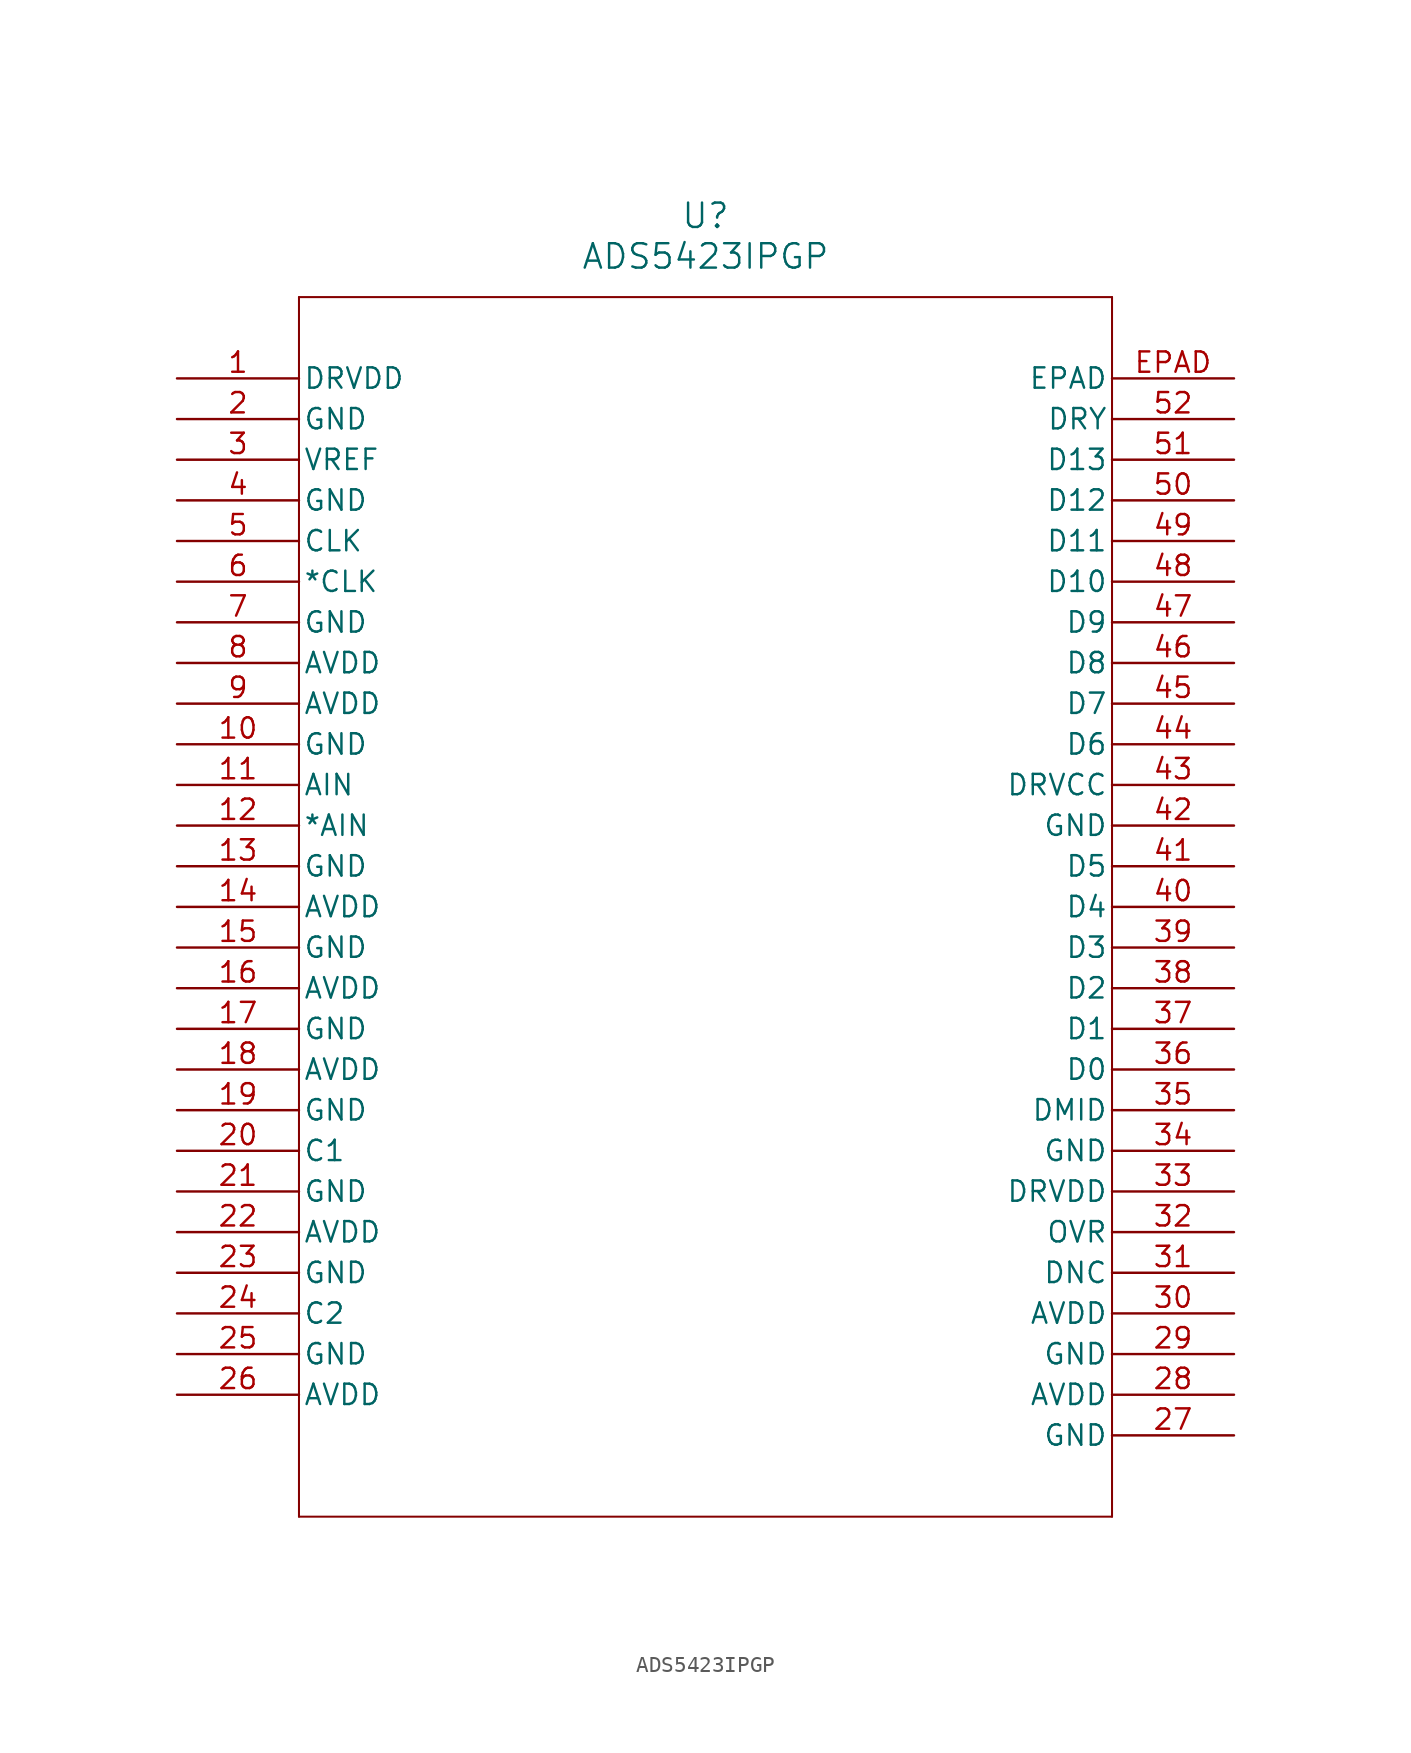
<source format=kicad_sym>
(kicad_symbol_lib
  (version 20231120)
  (generator "kicad_symbol_editor")
  (generator_version "8.0")
  (symbol "ADS5423IPGP"
    (pin_names
      (offset 0.254))
    (property "Reference" "U"
      (at 33.02 10.16 0)
      (effects (font (size 1.524 1.524))))
    (property "Value" "ADS5423IPGP"
      (at 33.02 7.62 0)
      (effects (font (size 1.524 1.524))))
    (property "ki_locked" ""
      (at 0 0 0)
      (effects (font (size 1.27 1.27))))
    (symbol "ADS5423IPGP_0_1"
      (polyline (pts (xy 7.62 -71.12) (xy 58.42 -71.12)) (stroke (width 0.127) (type default)) (fill (type none)))
      (polyline (pts (xy 7.62 5.08) (xy 7.62 -71.12)) (stroke (width 0.127) (type default)) (fill (type none)))
      (polyline (pts (xy 58.42 -71.12) (xy 58.42 5.08)) (stroke (width 0.127) (type default)) (fill (type none)))
      (polyline (pts (xy 58.42 5.08) (xy 7.62 5.08)) (stroke (width 0.127) (type default)) (fill (type none)))
      (pin power_in line (at 0 0 0) (length 7.62) (name "DRVDD" (effects (font (size 1.27 1.27)))) (number "1" (effects (font (size 1.27 1.27)))))
      (pin power_in line (at 0 -22.86 0) (length 7.62) (name "GND" (effects (font (size 1.27 1.27)))) (number "10" (effects (font (size 1.27 1.27)))))
      (pin input line (at 0 -25.4 0) (length 7.62) (name "AIN" (effects (font (size 1.27 1.27)))) (number "11" (effects (font (size 1.27 1.27)))))
      (pin input line (at 0 -27.94 0) (length 7.62) (name "*AIN" (effects (font (size 1.27 1.27)))) (number "12" (effects (font (size 1.27 1.27)))))
      (pin power_in line (at 0 -30.48 0) (length 7.62) (name "GND" (effects (font (size 1.27 1.27)))) (number "13" (effects (font (size 1.27 1.27)))))
      (pin power_in line (at 0 -33.02 0) (length 7.62) (name "AVDD" (effects (font (size 1.27 1.27)))) (number "14" (effects (font (size 1.27 1.27)))))
      (pin power_in line (at 0 -35.56 0) (length 7.62) (name "GND" (effects (font (size 1.27 1.27)))) (number "15" (effects (font (size 1.27 1.27)))))
      (pin power_in line (at 0 -38.1 0) (length 7.62) (name "AVDD" (effects (font (size 1.27 1.27)))) (number "16" (effects (font (size 1.27 1.27)))))
      (pin power_in line (at 0 -40.64 0) (length 7.62) (name "GND" (effects (font (size 1.27 1.27)))) (number "17" (effects (font (size 1.27 1.27)))))
      (pin power_in line (at 0 -43.18 0) (length 7.62) (name "AVDD" (effects (font (size 1.27 1.27)))) (number "18" (effects (font (size 1.27 1.27)))))
      (pin power_in line (at 0 -45.72 0) (length 7.62) (name "GND" (effects (font (size 1.27 1.27)))) (number "19" (effects (font (size 1.27 1.27)))))
      (pin power_in line (at 0 -2.54 0) (length 7.62) (name "GND" (effects (font (size 1.27 1.27)))) (number "2" (effects (font (size 1.27 1.27)))))
      (pin power_in line (at 0 -50.8 0) (length 7.62) (name "GND" (effects (font (size 1.27 1.27)))) (number "21" (effects (font (size 1.27 1.27)))))
      (pin power_in line (at 0 -53.34 0) (length 7.62) (name "AVDD" (effects (font (size 1.27 1.27)))) (number "22" (effects (font (size 1.27 1.27)))))
      (pin power_in line (at 0 -55.88 0) (length 7.62) (name "GND" (effects (font (size 1.27 1.27)))) (number "23" (effects (font (size 1.27 1.27)))))
      (pin power_in line (at 0 -60.96 0) (length 7.62) (name "GND" (effects (font (size 1.27 1.27)))) (number "25" (effects (font (size 1.27 1.27)))))
      (pin power_in line (at 0 -63.5 0) (length 7.62) (name "AVDD" (effects (font (size 1.27 1.27)))) (number "26" (effects (font (size 1.27 1.27)))))
      (pin power_in line (at 66.04 -66.04 180) (length 7.62) (name "GND" (effects (font (size 1.27 1.27)))) (number "27" (effects (font (size 1.27 1.27)))))
      (pin power_in line (at 66.04 -63.5 180) (length 7.62) (name "AVDD" (effects (font (size 1.27 1.27)))) (number "28" (effects (font (size 1.27 1.27)))))
      (pin power_in line (at 66.04 -60.96 180) (length 7.62) (name "GND" (effects (font (size 1.27 1.27)))) (number "29" (effects (font (size 1.27 1.27)))))
      (pin power_in line (at 0 -5.08 0) (length 7.62) (name "VREF" (effects (font (size 1.27 1.27)))) (number "3" (effects (font (size 1.27 1.27)))))
      (pin power_in line (at 66.04 -58.42 180) (length 7.62) (name "AVDD" (effects (font (size 1.27 1.27)))) (number "30" (effects (font (size 1.27 1.27)))))
      (pin unspecified line (at 66.04 -55.88 180) (length 7.62) (name "DNC" (effects (font (size 1.27 1.27)))) (number "31" (effects (font (size 1.27 1.27)))))
      (pin input line (at 66.04 -53.34 180) (length 7.62) (name "OVR" (effects (font (size 1.27 1.27)))) (number "32" (effects (font (size 1.27 1.27)))))
      (pin power_in line (at 66.04 -50.8 180) (length 7.62) (name "DRVDD" (effects (font (size 1.27 1.27)))) (number "33" (effects (font (size 1.27 1.27)))))
      (pin power_in line (at 66.04 -48.26 180) (length 7.62) (name "GND" (effects (font (size 1.27 1.27)))) (number "34" (effects (font (size 1.27 1.27)))))
      (pin output line (at 66.04 -45.72 180) (length 7.62) (name "DMID" (effects (font (size 1.27 1.27)))) (number "35" (effects (font (size 1.27 1.27)))))
      (pin output line (at 66.04 -43.18 180) (length 7.62) (name "D0" (effects (font (size 1.27 1.27)))) (number "36" (effects (font (size 1.27 1.27)))))
      (pin output line (at 66.04 -40.64 180) (length 7.62) (name "D1" (effects (font (size 1.27 1.27)))) (number "37" (effects (font (size 1.27 1.27)))))
      (pin output line (at 66.04 -38.1 180) (length 7.62) (name "D2" (effects (font (size 1.27 1.27)))) (number "38" (effects (font (size 1.27 1.27)))))
      (pin output line (at 66.04 -35.56 180) (length 7.62) (name "D3" (effects (font (size 1.27 1.27)))) (number "39" (effects (font (size 1.27 1.27)))))
      (pin power_in line (at 0 -7.62 0) (length 7.62) (name "GND" (effects (font (size 1.27 1.27)))) (number "4" (effects (font (size 1.27 1.27)))))
      (pin output line (at 66.04 -33.02 180) (length 7.62) (name "D4" (effects (font (size 1.27 1.27)))) (number "40" (effects (font (size 1.27 1.27)))))
      (pin output line (at 66.04 -30.48 180) (length 7.62) (name "D5" (effects (font (size 1.27 1.27)))) (number "41" (effects (font (size 1.27 1.27)))))
      (pin power_in line (at 66.04 -27.94 180) (length 7.62) (name "GND" (effects (font (size 1.27 1.27)))) (number "42" (effects (font (size 1.27 1.27)))))
      (pin power_in line (at 66.04 -25.4 180) (length 7.62) (name "DRVCC" (effects (font (size 1.27 1.27)))) (number "43" (effects (font (size 1.27 1.27)))))
      (pin output line (at 66.04 -22.86 180) (length 7.62) (name "D6" (effects (font (size 1.27 1.27)))) (number "44" (effects (font (size 1.27 1.27)))))
      (pin output line (at 66.04 -20.32 180) (length 7.62) (name "D7" (effects (font (size 1.27 1.27)))) (number "45" (effects (font (size 1.27 1.27)))))
      (pin output line (at 66.04 -17.78 180) (length 7.62) (name "D8" (effects (font (size 1.27 1.27)))) (number "46" (effects (font (size 1.27 1.27)))))
      (pin output line (at 66.04 -15.24 180) (length 7.62) (name "D9" (effects (font (size 1.27 1.27)))) (number "47" (effects (font (size 1.27 1.27)))))
      (pin output line (at 66.04 -12.7 180) (length 7.62) (name "D10" (effects (font (size 1.27 1.27)))) (number "48" (effects (font (size 1.27 1.27)))))
      (pin output line (at 66.04 -10.16 180) (length 7.62) (name "D11" (effects (font (size 1.27 1.27)))) (number "49" (effects (font (size 1.27 1.27)))))
      (pin input line (at 0 -10.16 0) (length 7.62) (name "CLK" (effects (font (size 1.27 1.27)))) (number "5" (effects (font (size 1.27 1.27)))))
      (pin output line (at 66.04 -7.62 180) (length 7.62) (name "D12" (effects (font (size 1.27 1.27)))) (number "50" (effects (font (size 1.27 1.27)))))
      (pin output line (at 66.04 -5.08 180) (length 7.62) (name "D13" (effects (font (size 1.27 1.27)))) (number "51" (effects (font (size 1.27 1.27)))))
      (pin output line (at 66.04 -2.54 180) (length 7.62) (name "DRY" (effects (font (size 1.27 1.27)))) (number "52" (effects (font (size 1.27 1.27)))))
      (pin input line (at 0 -12.7 0) (length 7.62) (name "*CLK" (effects (font (size 1.27 1.27)))) (number "6" (effects (font (size 1.27 1.27)))))
      (pin power_in line (at 0 -15.24 0) (length 7.62) (name "GND" (effects (font (size 1.27 1.27)))) (number "7" (effects (font (size 1.27 1.27)))))
      (pin power_in line (at 0 -17.78 0) (length 7.62) (name "AVDD" (effects (font (size 1.27 1.27)))) (number "8" (effects (font (size 1.27 1.27)))))
      (pin power_in line (at 0 -20.32 0) (length 7.62) (name "AVDD" (effects (font (size 1.27 1.27)))) (number "9" (effects (font (size 1.27 1.27))))))
    (symbol "ADS5423IPGP_1_1"
      (pin passive line (at 0 -48.26 0) (length 7.62) (name "C1" (effects (font (size 1.27 1.27)))) (number "20" (effects (font (size 1.27 1.27)))))
      (pin passive line (at 0 -58.42 0) (length 7.62) (name "C2" (effects (font (size 1.27 1.27)))) (number "24" (effects (font (size 1.27 1.27)))))
      (pin unspecified line (at 66.04 0 180) (length 7.62) (name "EPAD" (effects (font (size 1.27 1.27)))) (number "EPAD" (effects (font (size 1.27 1.27))))))))
</source>
